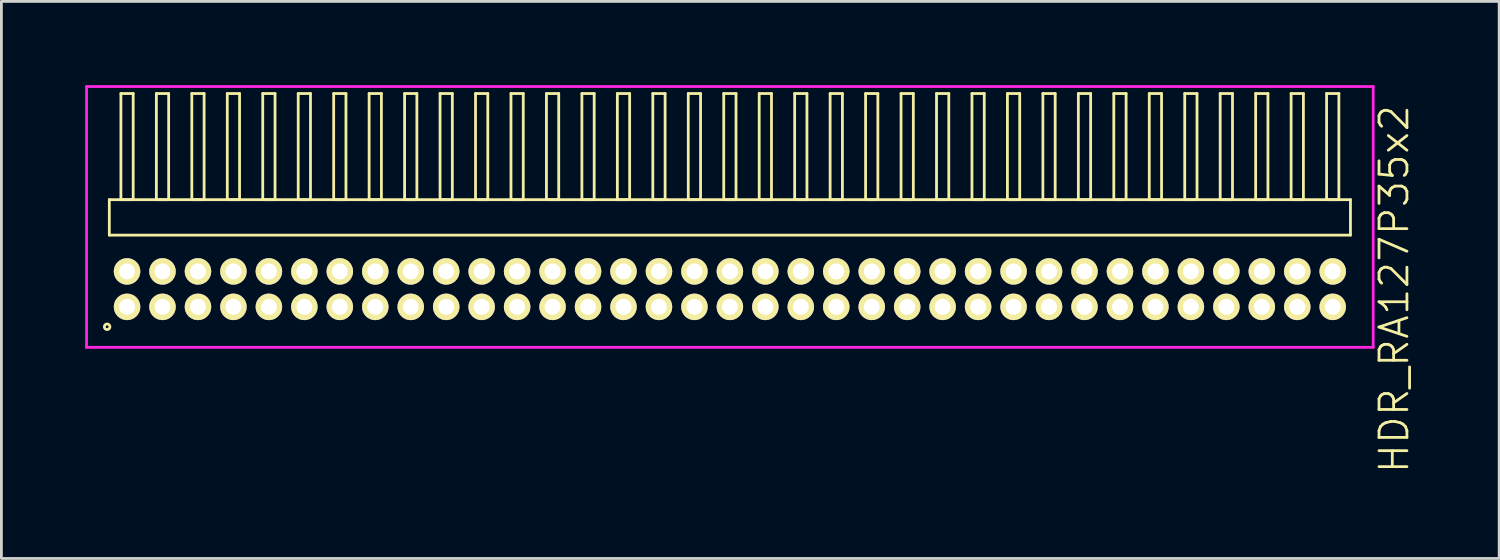
<source format=kicad_pcb>
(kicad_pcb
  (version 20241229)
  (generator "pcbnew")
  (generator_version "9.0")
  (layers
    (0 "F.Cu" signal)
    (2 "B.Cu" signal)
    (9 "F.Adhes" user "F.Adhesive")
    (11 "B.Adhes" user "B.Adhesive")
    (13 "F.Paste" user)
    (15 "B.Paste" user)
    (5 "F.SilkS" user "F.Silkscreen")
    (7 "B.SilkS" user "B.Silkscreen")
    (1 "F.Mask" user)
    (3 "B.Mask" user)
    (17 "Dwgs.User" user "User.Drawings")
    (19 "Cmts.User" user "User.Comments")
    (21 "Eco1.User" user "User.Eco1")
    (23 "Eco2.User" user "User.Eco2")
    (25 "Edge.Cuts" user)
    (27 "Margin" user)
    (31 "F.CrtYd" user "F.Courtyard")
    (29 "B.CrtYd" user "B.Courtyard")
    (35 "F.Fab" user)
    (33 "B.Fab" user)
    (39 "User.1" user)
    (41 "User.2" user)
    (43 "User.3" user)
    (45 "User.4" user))
  (footprint "HDR_RA127P35x2"
    (layer "F.Cu")
    (at 23.09 7.305)
    (property "Reference" "HDR_RA127P35x2" (at 23.79 0 90) (layer "F.SilkS") (effects (font (size 1 1) (thickness 0.1))))
    (attr through_hole)
    (fp_line (start -22.225 -3.205) (end -22.225 -1.935) (stroke (width 0.1) (type solid)) (layer "F.SilkS"))
    (fp_line (start -22.225 -1.935) (end 22.225 -1.935) (stroke (width 0.1) (type solid)) (layer "F.SilkS"))
    (fp_line (start -21.81 -7.005) (end -21.81 -3.205) (stroke (width 0.1) (type solid)) (layer "F.SilkS"))
    (fp_line (start -21.81 -3.205) (end -21.37 -3.205) (stroke (width 0.1) (type solid)) (layer "F.SilkS"))
    (fp_line (start -21.37 -7.005) (end -21.81 -7.005) (stroke (width 0.1) (type solid)) (layer "F.SilkS"))
    (fp_line (start -21.37 -3.205) (end -21.37 -7.005) (stroke (width 0.1) (type solid)) (layer "F.SilkS"))
    (fp_line (start -20.54 -7.005) (end -20.54 -3.205) (stroke (width 0.1) (type solid)) (layer "F.SilkS"))
    (fp_line (start -20.54 -3.205) (end -20.1 -3.205) (stroke (width 0.1) (type solid)) (layer "F.SilkS"))
    (fp_line (start -20.1 -7.005) (end -20.54 -7.005) (stroke (width 0.1) (type solid)) (layer "F.SilkS"))
    (fp_line (start -20.1 -3.205) (end -20.1 -7.005) (stroke (width 0.1) (type solid)) (layer "F.SilkS"))
    (fp_line (start -19.27 -7.005) (end -19.27 -3.205) (stroke (width 0.1) (type solid)) (layer "F.SilkS"))
    (fp_line (start -19.27 -3.205) (end -18.83 -3.205) (stroke (width 0.1) (type solid)) (layer "F.SilkS"))
    (fp_line (start -18.83 -7.005) (end -19.27 -7.005) (stroke (width 0.1) (type solid)) (layer "F.SilkS"))
    (fp_line (start -18.83 -3.205) (end -18.83 -7.005) (stroke (width 0.1) (type solid)) (layer "F.SilkS"))
    (fp_line (start -18 -7.005) (end -18 -3.205) (stroke (width 0.1) (type solid)) (layer "F.SilkS"))
    (fp_line (start -18 -3.205) (end -17.56 -3.205) (stroke (width 0.1) (type solid)) (layer "F.SilkS"))
    (fp_line (start -17.56 -7.005) (end -18 -7.005) (stroke (width 0.1) (type solid)) (layer "F.SilkS"))
    (fp_line (start -17.56 -3.205) (end -17.56 -7.005) (stroke (width 0.1) (type solid)) (layer "F.SilkS"))
    (fp_line (start -16.73 -7.005) (end -16.73 -3.205) (stroke (width 0.1) (type solid)) (layer "F.SilkS"))
    (fp_line (start -16.73 -3.205) (end -16.29 -3.205) (stroke (width 0.1) (type solid)) (layer "F.SilkS"))
    (fp_line (start -16.29 -7.005) (end -16.73 -7.005) (stroke (width 0.1) (type solid)) (layer "F.SilkS"))
    (fp_line (start -16.29 -3.205) (end -16.29 -7.005) (stroke (width 0.1) (type solid)) (layer "F.SilkS"))
    (fp_line (start -15.46 -7.005) (end -15.46 -3.205) (stroke (width 0.1) (type solid)) (layer "F.SilkS"))
    (fp_line (start -15.46 -3.205) (end -15.02 -3.205) (stroke (width 0.1) (type solid)) (layer "F.SilkS"))
    (fp_line (start -15.02 -7.005) (end -15.46 -7.005) (stroke (width 0.1) (type solid)) (layer "F.SilkS"))
    (fp_line (start -15.02 -3.205) (end -15.02 -7.005) (stroke (width 0.1) (type solid)) (layer "F.SilkS"))
    (fp_line (start -14.19 -7.005) (end -14.19 -3.205) (stroke (width 0.1) (type solid)) (layer "F.SilkS"))
    (fp_line (start -14.19 -3.205) (end -13.75 -3.205) (stroke (width 0.1) (type solid)) (layer "F.SilkS"))
    (fp_line (start -13.75 -7.005) (end -14.19 -7.005) (stroke (width 0.1) (type solid)) (layer "F.SilkS"))
    (fp_line (start -13.75 -3.205) (end -13.75 -7.005) (stroke (width 0.1) (type solid)) (layer "F.SilkS"))
    (fp_line (start -12.92 -7.005) (end -12.92 -3.205) (stroke (width 0.1) (type solid)) (layer "F.SilkS"))
    (fp_line (start -12.92 -3.205) (end -12.48 -3.205) (stroke (width 0.1) (type solid)) (layer "F.SilkS"))
    (fp_line (start -12.48 -7.005) (end -12.92 -7.005) (stroke (width 0.1) (type solid)) (layer "F.SilkS"))
    (fp_line (start -12.48 -3.205) (end -12.48 -7.005) (stroke (width 0.1) (type solid)) (layer "F.SilkS"))
    (fp_line (start -11.65 -7.005) (end -11.65 -3.205) (stroke (width 0.1) (type solid)) (layer "F.SilkS"))
    (fp_line (start -11.65 -3.205) (end -11.21 -3.205) (stroke (width 0.1) (type solid)) (layer "F.SilkS"))
    (fp_line (start -11.21 -7.005) (end -11.65 -7.005) (stroke (width 0.1) (type solid)) (layer "F.SilkS"))
    (fp_line (start -11.21 -3.205) (end -11.21 -7.005) (stroke (width 0.1) (type solid)) (layer "F.SilkS"))
    (fp_line (start -10.38 -7.005) (end -10.38 -3.205) (stroke (width 0.1) (type solid)) (layer "F.SilkS"))
    (fp_line (start -10.38 -3.205) (end -9.94 -3.205) (stroke (width 0.1) (type solid)) (layer "F.SilkS"))
    (fp_line (start -9.94 -7.005) (end -10.38 -7.005) (stroke (width 0.1) (type solid)) (layer "F.SilkS"))
    (fp_line (start -9.94 -3.205) (end -9.94 -7.005) (stroke (width 0.1) (type solid)) (layer "F.SilkS"))
    (fp_line (start -9.11 -7.005) (end -9.11 -3.205) (stroke (width 0.1) (type solid)) (layer "F.SilkS"))
    (fp_line (start -9.11 -3.205) (end -8.67 -3.205) (stroke (width 0.1) (type solid)) (layer "F.SilkS"))
    (fp_line (start -8.67 -7.005) (end -9.11 -7.005) (stroke (width 0.1) (type solid)) (layer "F.SilkS"))
    (fp_line (start -8.67 -3.205) (end -8.67 -7.005) (stroke (width 0.1) (type solid)) (layer "F.SilkS"))
    (fp_line (start -7.84 -7.005) (end -7.84 -3.205) (stroke (width 0.1) (type solid)) (layer "F.SilkS"))
    (fp_line (start -7.84 -3.205) (end -7.4 -3.205) (stroke (width 0.1) (type solid)) (layer "F.SilkS"))
    (fp_line (start -7.4 -7.005) (end -7.84 -7.005) (stroke (width 0.1) (type solid)) (layer "F.SilkS"))
    (fp_line (start -7.4 -3.205) (end -7.4 -7.005) (stroke (width 0.1) (type solid)) (layer "F.SilkS"))
    (fp_line (start -6.57 -7.005) (end -6.57 -3.205) (stroke (width 0.1) (type solid)) (layer "F.SilkS"))
    (fp_line (start -6.57 -3.205) (end -6.13 -3.205) (stroke (width 0.1) (type solid)) (layer "F.SilkS"))
    (fp_line (start -6.13 -7.005) (end -6.57 -7.005) (stroke (width 0.1) (type solid)) (layer "F.SilkS"))
    (fp_line (start -6.13 -3.205) (end -6.13 -7.005) (stroke (width 0.1) (type solid)) (layer "F.SilkS"))
    (fp_line (start -5.3 -7.005) (end -5.3 -3.205) (stroke (width 0.1) (type solid)) (layer "F.SilkS"))
    (fp_line (start -5.3 -3.205) (end -4.86 -3.205) (stroke (width 0.1) (type solid)) (layer "F.SilkS"))
    (fp_line (start -4.86 -7.005) (end -5.3 -7.005) (stroke (width 0.1) (type solid)) (layer "F.SilkS"))
    (fp_line (start -4.86 -3.205) (end -4.86 -7.005) (stroke (width 0.1) (type solid)) (layer "F.SilkS"))
    (fp_line (start -4.03 -7.005) (end -4.03 -3.205) (stroke (width 0.1) (type solid)) (layer "F.SilkS"))
    (fp_line (start -4.03 -3.205) (end -3.59 -3.205) (stroke (width 0.1) (type solid)) (layer "F.SilkS"))
    (fp_line (start -3.59 -7.005) (end -4.03 -7.005) (stroke (width 0.1) (type solid)) (layer "F.SilkS"))
    (fp_line (start -3.59 -3.205) (end -3.59 -7.005) (stroke (width 0.1) (type solid)) (layer "F.SilkS"))
    (fp_line (start -2.76 -7.005) (end -2.76 -3.205) (stroke (width 0.1) (type solid)) (layer "F.SilkS"))
    (fp_line (start -2.76 -3.205) (end -2.32 -3.205) (stroke (width 0.1) (type solid)) (layer "F.SilkS"))
    (fp_line (start -2.32 -7.005) (end -2.76 -7.005) (stroke (width 0.1) (type solid)) (layer "F.SilkS"))
    (fp_line (start -2.32 -3.205) (end -2.32 -7.005) (stroke (width 0.1) (type solid)) (layer "F.SilkS"))
    (fp_line (start -1.49 -7.005) (end -1.49 -3.205) (stroke (width 0.1) (type solid)) (layer "F.SilkS"))
    (fp_line (start -1.49 -3.205) (end -1.05 -3.205) (stroke (width 0.1) (type solid)) (layer "F.SilkS"))
    (fp_line (start -1.05 -7.005) (end -1.49 -7.005) (stroke (width 0.1) (type solid)) (layer "F.SilkS"))
    (fp_line (start -1.05 -3.205) (end -1.05 -7.005) (stroke (width 0.1) (type solid)) (layer "F.SilkS"))
    (fp_line (start -0.22 -7.005) (end -0.22 -3.205) (stroke (width 0.1) (type solid)) (layer "F.SilkS"))
    (fp_line (start -0.22 -3.205) (end 0.22 -3.205) (stroke (width 0.1) (type solid)) (layer "F.SilkS"))
    (fp_line (start 0.22 -7.005) (end -0.22 -7.005) (stroke (width 0.1) (type solid)) (layer "F.SilkS"))
    (fp_line (start 0.22 -3.205) (end 0.22 -7.005) (stroke (width 0.1) (type solid)) (layer "F.SilkS"))
    (fp_line (start 1.05 -7.005) (end 1.05 -3.205) (stroke (width 0.1) (type solid)) (layer "F.SilkS"))
    (fp_line (start 1.05 -3.205) (end 1.49 -3.205) (stroke (width 0.1) (type solid)) (layer "F.SilkS"))
    (fp_line (start 1.49 -7.005) (end 1.05 -7.005) (stroke (width 0.1) (type solid)) (layer "F.SilkS"))
    (fp_line (start 1.49 -3.205) (end 1.49 -7.005) (stroke (width 0.1) (type solid)) (layer "F.SilkS"))
    (fp_line (start 2.32 -7.005) (end 2.32 -3.205) (stroke (width 0.1) (type solid)) (layer "F.SilkS"))
    (fp_line (start 2.32 -3.205) (end 2.76 -3.205) (stroke (width 0.1) (type solid)) (layer "F.SilkS"))
    (fp_line (start 2.76 -7.005) (end 2.32 -7.005) (stroke (width 0.1) (type solid)) (layer "F.SilkS"))
    (fp_line (start 2.76 -3.205) (end 2.76 -7.005) (stroke (width 0.1) (type solid)) (layer "F.SilkS"))
    (fp_line (start 3.59 -7.005) (end 3.59 -3.205) (stroke (width 0.1) (type solid)) (layer "F.SilkS"))
    (fp_line (start 3.59 -3.205) (end 4.03 -3.205) (stroke (width 0.1) (type solid)) (layer "F.SilkS"))
    (fp_line (start 4.03 -7.005) (end 3.59 -7.005) (stroke (width 0.1) (type solid)) (layer "F.SilkS"))
    (fp_line (start 4.03 -3.205) (end 4.03 -7.005) (stroke (width 0.1) (type solid)) (layer "F.SilkS"))
    (fp_line (start 4.86 -7.005) (end 4.86 -3.205) (stroke (width 0.1) (type solid)) (layer "F.SilkS"))
    (fp_line (start 4.86 -3.205) (end 5.3 -3.205) (stroke (width 0.1) (type solid)) (layer "F.SilkS"))
    (fp_line (start 5.3 -7.005) (end 4.86 -7.005) (stroke (width 0.1) (type solid)) (layer "F.SilkS"))
    (fp_line (start 5.3 -3.205) (end 5.3 -7.005) (stroke (width 0.1) (type solid)) (layer "F.SilkS"))
    (fp_line (start 6.13 -7.005) (end 6.13 -3.205) (stroke (width 0.1) (type solid)) (layer "F.SilkS"))
    (fp_line (start 6.13 -3.205) (end 6.57 -3.205) (stroke (width 0.1) (type solid)) (layer "F.SilkS"))
    (fp_line (start 6.57 -7.005) (end 6.13 -7.005) (stroke (width 0.1) (type solid)) (layer "F.SilkS"))
    (fp_line (start 6.57 -3.205) (end 6.57 -7.005) (stroke (width 0.1) (type solid)) (layer "F.SilkS"))
    (fp_line (start 7.4 -7.005) (end 7.4 -3.205) (stroke (width 0.1) (type solid)) (layer "F.SilkS"))
    (fp_line (start 7.4 -3.205) (end 7.84 -3.205) (stroke (width 0.1) (type solid)) (layer "F.SilkS"))
    (fp_line (start 7.84 -7.005) (end 7.4 -7.005) (stroke (width 0.1) (type solid)) (layer "F.SilkS"))
    (fp_line (start 7.84 -3.205) (end 7.84 -7.005) (stroke (width 0.1) (type solid)) (layer "F.SilkS"))
    (fp_line (start 8.67 -7.005) (end 8.67 -3.205) (stroke (width 0.1) (type solid)) (layer "F.SilkS"))
    (fp_line (start 8.67 -3.205) (end 9.11 -3.205) (stroke (width 0.1) (type solid)) (layer "F.SilkS"))
    (fp_line (start 9.11 -7.005) (end 8.67 -7.005) (stroke (width 0.1) (type solid)) (layer "F.SilkS"))
    (fp_line (start 9.11 -3.205) (end 9.11 -7.005) (stroke (width 0.1) (type solid)) (layer "F.SilkS"))
    (fp_line (start 9.94 -7.005) (end 9.94 -3.205) (stroke (width 0.1) (type solid)) (layer "F.SilkS"))
    (fp_line (start 9.94 -3.205) (end 10.38 -3.205) (stroke (width 0.1) (type solid)) (layer "F.SilkS"))
    (fp_line (start 10.38 -7.005) (end 9.94 -7.005) (stroke (width 0.1) (type solid)) (layer "F.SilkS"))
    (fp_line (start 10.38 -3.205) (end 10.38 -7.005) (stroke (width 0.1) (type solid)) (layer "F.SilkS"))
    (fp_line (start 11.21 -7.005) (end 11.21 -3.205) (stroke (width 0.1) (type solid)) (layer "F.SilkS"))
    (fp_line (start 11.21 -3.205) (end 11.65 -3.205) (stroke (width 0.1) (type solid)) (layer "F.SilkS"))
    (fp_line (start 11.65 -7.005) (end 11.21 -7.005) (stroke (width 0.1) (type solid)) (layer "F.SilkS"))
    (fp_line (start 11.65 -3.205) (end 11.65 -7.005) (stroke (width 0.1) (type solid)) (layer "F.SilkS"))
    (fp_line (start 12.48 -7.005) (end 12.48 -3.205) (stroke (width 0.1) (type solid)) (layer "F.SilkS"))
    (fp_line (start 12.48 -3.205) (end 12.92 -3.205) (stroke (width 0.1) (type solid)) (layer "F.SilkS"))
    (fp_line (start 12.92 -7.005) (end 12.48 -7.005) (stroke (width 0.1) (type solid)) (layer "F.SilkS"))
    (fp_line (start 12.92 -3.205) (end 12.92 -7.005) (stroke (width 0.1) (type solid)) (layer "F.SilkS"))
    (fp_line (start 13.75 -7.005) (end 13.75 -3.205) (stroke (width 0.1) (type solid)) (layer "F.SilkS"))
    (fp_line (start 13.75 -3.205) (end 14.19 -3.205) (stroke (width 0.1) (type solid)) (layer "F.SilkS"))
    (fp_line (start 14.19 -7.005) (end 13.75 -7.005) (stroke (width 0.1) (type solid)) (layer "F.SilkS"))
    (fp_line (start 14.19 -3.205) (end 14.19 -7.005) (stroke (width 0.1) (type solid)) (layer "F.SilkS"))
    (fp_line (start 15.02 -7.005) (end 15.02 -3.205) (stroke (width 0.1) (type solid)) (layer "F.SilkS"))
    (fp_line (start 15.02 -3.205) (end 15.46 -3.205) (stroke (width 0.1) (type solid)) (layer "F.SilkS"))
    (fp_line (start 15.46 -7.005) (end 15.02 -7.005) (stroke (width 0.1) (type solid)) (layer "F.SilkS"))
    (fp_line (start 15.46 -3.205) (end 15.46 -7.005) (stroke (width 0.1) (type solid)) (layer "F.SilkS"))
    (fp_line (start 16.29 -7.005) (end 16.29 -3.205) (stroke (width 0.1) (type solid)) (layer "F.SilkS"))
    (fp_line (start 16.29 -3.205) (end 16.73 -3.205) (stroke (width 0.1) (type solid)) (layer "F.SilkS"))
    (fp_line (start 16.73 -7.005) (end 16.29 -7.005) (stroke (width 0.1) (type solid)) (layer "F.SilkS"))
    (fp_line (start 16.73 -3.205) (end 16.73 -7.005) (stroke (width 0.1) (type solid)) (layer "F.SilkS"))
    (fp_line (start 17.56 -7.005) (end 17.56 -3.205) (stroke (width 0.1) (type solid)) (layer "F.SilkS"))
    (fp_line (start 17.56 -3.205) (end 18 -3.205) (stroke (width 0.1) (type solid)) (layer "F.SilkS"))
    (fp_line (start 18 -7.005) (end 17.56 -7.005) (stroke (width 0.1) (type solid)) (layer "F.SilkS"))
    (fp_line (start 18 -3.205) (end 18 -7.005) (stroke (width 0.1) (type solid)) (layer "F.SilkS"))
    (fp_line (start 18.83 -7.005) (end 18.83 -3.205) (stroke (width 0.1) (type solid)) (layer "F.SilkS"))
    (fp_line (start 18.83 -3.205) (end 19.27 -3.205) (stroke (width 0.1) (type solid)) (layer "F.SilkS"))
    (fp_line (start 19.27 -7.005) (end 18.83 -7.005) (stroke (width 0.1) (type solid)) (layer "F.SilkS"))
    (fp_line (start 19.27 -3.205) (end 19.27 -7.005) (stroke (width 0.1) (type solid)) (layer "F.SilkS"))
    (fp_line (start 20.1 -7.005) (end 20.1 -3.205) (stroke (width 0.1) (type solid)) (layer "F.SilkS"))
    (fp_line (start 20.1 -3.205) (end 20.54 -3.205) (stroke (width 0.1) (type solid)) (layer "F.SilkS"))
    (fp_line (start 20.54 -7.005) (end 20.1 -7.005) (stroke (width 0.1) (type solid)) (layer "F.SilkS"))
    (fp_line (start 20.54 -3.205) (end 20.54 -7.005) (stroke (width 0.1) (type solid)) (layer "F.SilkS"))
    (fp_line (start 21.37 -7.005) (end 21.37 -3.205) (stroke (width 0.1) (type solid)) (layer "F.SilkS"))
    (fp_line (start 21.37 -3.205) (end 21.81 -3.205) (stroke (width 0.1) (type solid)) (layer "F.SilkS"))
    (fp_line (start 21.81 -7.005) (end 21.37 -7.005) (stroke (width 0.1) (type solid)) (layer "F.SilkS"))
    (fp_line (start 21.81 -3.205) (end 21.81 -7.005) (stroke (width 0.1) (type solid)) (layer "F.SilkS"))
    (fp_line (start 22.225 -3.205) (end -22.225 -3.205) (stroke (width 0.1) (type solid)) (layer "F.SilkS"))
    (fp_line (start 22.225 -1.935) (end 22.225 -3.205) (stroke (width 0.1) (type solid)) (layer "F.SilkS"))
    (fp_circle (center -22.303 1.348) (end -22.203 1.348) (stroke (width 0.1) (type solid)) (fill no) (layer "F.SilkS"))
    (fp_line (start -23.04 -7.255) (end -23.04 2.085) (stroke (width 0.1) (type solid)) (layer "F.CrtYd"))
    (fp_line (start -23.04 2.085) (end 23.04 2.085) (stroke (width 0.1) (type solid)) (layer "F.CrtYd"))
    (fp_line (start 23.04 -7.255) (end -23.04 -7.255) (stroke (width 0.1) (type solid)) (layer "F.CrtYd"))
    (fp_line (start 23.04 2.085) (end 23.04 -7.255) (stroke (width 0.1) (type solid)) (layer "F.CrtYd"))
    (pad "1" thru_hole oval (at -21.59 0.635) (size 0.95 0.95) (drill 0.57) (layers "*.Cu" "*.Mask" "F.SilkS"))
    (pad "2" thru_hole oval (at -21.59 -0.635) (size 0.95 0.95) (drill 0.57) (layers "*.Cu" "*.Mask" "F.SilkS"))
    (pad "3" thru_hole oval (at -20.32 0.635) (size 0.95 0.95) (drill 0.57) (layers "*.Cu" "*.Mask" "F.SilkS"))
    (pad "4" thru_hole oval (at -20.32 -0.635) (size 0.95 0.95) (drill 0.57) (layers "*.Cu" "*.Mask" "F.SilkS"))
    (pad "5" thru_hole oval (at -19.05 0.635) (size 0.95 0.95) (drill 0.57) (layers "*.Cu" "*.Mask" "F.SilkS"))
    (pad "6" thru_hole oval (at -19.05 -0.635) (size 0.95 0.95) (drill 0.57) (layers "*.Cu" "*.Mask" "F.SilkS"))
    (pad "7" thru_hole oval (at -17.78 0.635) (size 0.95 0.95) (drill 0.57) (layers "*.Cu" "*.Mask" "F.SilkS"))
    (pad "8" thru_hole oval (at -17.78 -0.635) (size 0.95 0.95) (drill 0.57) (layers "*.Cu" "*.Mask" "F.SilkS"))
    (pad "9" thru_hole oval (at -16.51 0.635) (size 0.95 0.95) (drill 0.57) (layers "*.Cu" "*.Mask" "F.SilkS"))
    (pad "10" thru_hole oval (at -16.51 -0.635) (size 0.95 0.95) (drill 0.57) (layers "*.Cu" "*.Mask" "F.SilkS"))
    (pad "11" thru_hole oval (at -15.24 0.635) (size 0.95 0.95) (drill 0.57) (layers "*.Cu" "*.Mask" "F.SilkS"))
    (pad "12" thru_hole oval (at -15.24 -0.635) (size 0.95 0.95) (drill 0.57) (layers "*.Cu" "*.Mask" "F.SilkS"))
    (pad "13" thru_hole oval (at -13.97 0.635) (size 0.95 0.95) (drill 0.57) (layers "*.Cu" "*.Mask" "F.SilkS"))
    (pad "14" thru_hole oval (at -13.97 -0.635) (size 0.95 0.95) (drill 0.57) (layers "*.Cu" "*.Mask" "F.SilkS"))
    (pad "15" thru_hole oval (at -12.7 0.635) (size 0.95 0.95) (drill 0.57) (layers "*.Cu" "*.Mask" "F.SilkS"))
    (pad "16" thru_hole oval (at -12.7 -0.635) (size 0.95 0.95) (drill 0.57) (layers "*.Cu" "*.Mask" "F.SilkS"))
    (pad "17" thru_hole oval (at -11.43 0.635) (size 0.95 0.95) (drill 0.57) (layers "*.Cu" "*.Mask" "F.SilkS"))
    (pad "18" thru_hole oval (at -11.43 -0.635) (size 0.95 0.95) (drill 0.57) (layers "*.Cu" "*.Mask" "F.SilkS"))
    (pad "19" thru_hole oval (at -10.16 0.635) (size 0.95 0.95) (drill 0.57) (layers "*.Cu" "*.Mask" "F.SilkS"))
    (pad "20" thru_hole oval (at -10.16 -0.635) (size 0.95 0.95) (drill 0.57) (layers "*.Cu" "*.Mask" "F.SilkS"))
    (pad "21" thru_hole oval (at -8.89 0.635) (size 0.95 0.95) (drill 0.57) (layers "*.Cu" "*.Mask" "F.SilkS"))
    (pad "22" thru_hole oval (at -8.89 -0.635) (size 0.95 0.95) (drill 0.57) (layers "*.Cu" "*.Mask" "F.SilkS"))
    (pad "23" thru_hole oval (at -7.62 0.635) (size 0.95 0.95) (drill 0.57) (layers "*.Cu" "*.Mask" "F.SilkS"))
    (pad "24" thru_hole oval (at -7.62 -0.635) (size 0.95 0.95) (drill 0.57) (layers "*.Cu" "*.Mask" "F.SilkS"))
    (pad "25" thru_hole oval (at -6.35 0.635) (size 0.95 0.95) (drill 0.57) (layers "*.Cu" "*.Mask" "F.SilkS"))
    (pad "26" thru_hole oval (at -6.35 -0.635) (size 0.95 0.95) (drill 0.57) (layers "*.Cu" "*.Mask" "F.SilkS"))
    (pad "27" thru_hole oval (at -5.08 0.635) (size 0.95 0.95) (drill 0.57) (layers "*.Cu" "*.Mask" "F.SilkS"))
    (pad "28" thru_hole oval (at -5.08 -0.635) (size 0.95 0.95) (drill 0.57) (layers "*.Cu" "*.Mask" "F.SilkS"))
    (pad "29" thru_hole oval (at -3.81 0.635) (size 0.95 0.95) (drill 0.57) (layers "*.Cu" "*.Mask" "F.SilkS"))
    (pad "30" thru_hole oval (at -3.81 -0.635) (size 0.95 0.95) (drill 0.57) (layers "*.Cu" "*.Mask" "F.SilkS"))
    (pad "31" thru_hole oval (at -2.54 0.635) (size 0.95 0.95) (drill 0.57) (layers "*.Cu" "*.Mask" "F.SilkS"))
    (pad "32" thru_hole oval (at -2.54 -0.635) (size 0.95 0.95) (drill 0.57) (layers "*.Cu" "*.Mask" "F.SilkS"))
    (pad "33" thru_hole oval (at -1.27 0.635) (size 0.95 0.95) (drill 0.57) (layers "*.Cu" "*.Mask" "F.SilkS"))
    (pad "34" thru_hole oval (at -1.27 -0.635) (size 0.95 0.95) (drill 0.57) (layers "*.Cu" "*.Mask" "F.SilkS"))
    (pad "35" thru_hole oval (at 0 0.635) (size 0.95 0.95) (drill 0.57) (layers "*.Cu" "*.Mask" "F.SilkS"))
    (pad "36" thru_hole oval (at 0 -0.635) (size 0.95 0.95) (drill 0.57) (layers "*.Cu" "*.Mask" "F.SilkS"))
    (pad "37" thru_hole oval (at 1.27 0.635) (size 0.95 0.95) (drill 0.57) (layers "*.Cu" "*.Mask" "F.SilkS"))
    (pad "38" thru_hole oval (at 1.27 -0.635) (size 0.95 0.95) (drill 0.57) (layers "*.Cu" "*.Mask" "F.SilkS"))
    (pad "39" thru_hole oval (at 2.54 0.635) (size 0.95 0.95) (drill 0.57) (layers "*.Cu" "*.Mask" "F.SilkS"))
    (pad "40" thru_hole oval (at 2.54 -0.635) (size 0.95 0.95) (drill 0.57) (layers "*.Cu" "*.Mask" "F.SilkS"))
    (pad "41" thru_hole oval (at 3.81 0.635) (size 0.95 0.95) (drill 0.57) (layers "*.Cu" "*.Mask" "F.SilkS"))
    (pad "42" thru_hole oval (at 3.81 -0.635) (size 0.95 0.95) (drill 0.57) (layers "*.Cu" "*.Mask" "F.SilkS"))
    (pad "43" thru_hole oval (at 5.08 0.635) (size 0.95 0.95) (drill 0.57) (layers "*.Cu" "*.Mask" "F.SilkS"))
    (pad "44" thru_hole oval (at 5.08 -0.635) (size 0.95 0.95) (drill 0.57) (layers "*.Cu" "*.Mask" "F.SilkS"))
    (pad "45" thru_hole oval (at 6.35 0.635) (size 0.95 0.95) (drill 0.57) (layers "*.Cu" "*.Mask" "F.SilkS"))
    (pad "46" thru_hole oval (at 6.35 -0.635) (size 0.95 0.95) (drill 0.57) (layers "*.Cu" "*.Mask" "F.SilkS"))
    (pad "47" thru_hole oval (at 7.62 0.635) (size 0.95 0.95) (drill 0.57) (layers "*.Cu" "*.Mask" "F.SilkS"))
    (pad "48" thru_hole oval (at 7.62 -0.635) (size 0.95 0.95) (drill 0.57) (layers "*.Cu" "*.Mask" "F.SilkS"))
    (pad "49" thru_hole oval (at 8.89 0.635) (size 0.95 0.95) (drill 0.57) (layers "*.Cu" "*.Mask" "F.SilkS"))
    (pad "50" thru_hole oval (at 8.89 -0.635) (size 0.95 0.95) (drill 0.57) (layers "*.Cu" "*.Mask" "F.SilkS"))
    (pad "51" thru_hole oval (at 10.16 0.635) (size 0.95 0.95) (drill 0.57) (layers "*.Cu" "*.Mask" "F.SilkS"))
    (pad "52" thru_hole oval (at 10.16 -0.635) (size 0.95 0.95) (drill 0.57) (layers "*.Cu" "*.Mask" "F.SilkS"))
    (pad "53" thru_hole oval (at 11.43 0.635) (size 0.95 0.95) (drill 0.57) (layers "*.Cu" "*.Mask" "F.SilkS"))
    (pad "54" thru_hole oval (at 11.43 -0.635) (size 0.95 0.95) (drill 0.57) (layers "*.Cu" "*.Mask" "F.SilkS"))
    (pad "55" thru_hole oval (at 12.7 0.635) (size 0.95 0.95) (drill 0.57) (layers "*.Cu" "*.Mask" "F.SilkS"))
    (pad "56" thru_hole oval (at 12.7 -0.635) (size 0.95 0.95) (drill 0.57) (layers "*.Cu" "*.Mask" "F.SilkS"))
    (pad "57" thru_hole oval (at 13.97 0.635) (size 0.95 0.95) (drill 0.57) (layers "*.Cu" "*.Mask" "F.SilkS"))
    (pad "58" thru_hole oval (at 13.97 -0.635) (size 0.95 0.95) (drill 0.57) (layers "*.Cu" "*.Mask" "F.SilkS"))
    (pad "59" thru_hole oval (at 15.24 0.635) (size 0.95 0.95) (drill 0.57) (layers "*.Cu" "*.Mask" "F.SilkS"))
    (pad "60" thru_hole oval (at 15.24 -0.635) (size 0.95 0.95) (drill 0.57) (layers "*.Cu" "*.Mask" "F.SilkS"))
    (pad "61" thru_hole oval (at 16.51 0.635) (size 0.95 0.95) (drill 0.57) (layers "*.Cu" "*.Mask" "F.SilkS"))
    (pad "62" thru_hole oval (at 16.51 -0.635) (size 0.95 0.95) (drill 0.57) (layers "*.Cu" "*.Mask" "F.SilkS"))
    (pad "63" thru_hole oval (at 17.78 0.635) (size 0.95 0.95) (drill 0.57) (layers "*.Cu" "*.Mask" "F.SilkS"))
    (pad "64" thru_hole oval (at 17.78 -0.635) (size 0.95 0.95) (drill 0.57) (layers "*.Cu" "*.Mask" "F.SilkS"))
    (pad "65" thru_hole oval (at 19.05 0.635) (size 0.95 0.95) (drill 0.57) (layers "*.Cu" "*.Mask" "F.SilkS"))
    (pad "66" thru_hole oval (at 19.05 -0.635) (size 0.95 0.95) (drill 0.57) (layers "*.Cu" "*.Mask" "F.SilkS"))
    (pad "67" thru_hole oval (at 20.32 0.635) (size 0.95 0.95) (drill 0.57) (layers "*.Cu" "*.Mask" "F.SilkS"))
    (pad "68" thru_hole oval (at 20.32 -0.635) (size 0.95 0.95) (drill 0.57) (layers "*.Cu" "*.Mask" "F.SilkS"))
    (pad "69" thru_hole oval (at 21.59 0.635) (size 0.95 0.95) (drill 0.57) (layers "*.Cu" "*.Mask" "F.SilkS"))
    (pad "70" thru_hole oval (at 21.59 -0.635) (size 0.95 0.95) (drill 0.57) (layers "*.Cu" "*.Mask" "F.SilkS")))
  (gr_rect
    (start -3 -3)
    (end 50.641 16.95)
    (stroke (width 0.1) (type default))
    (fill no)
    (layer "Edge.Cuts")))
</source>
